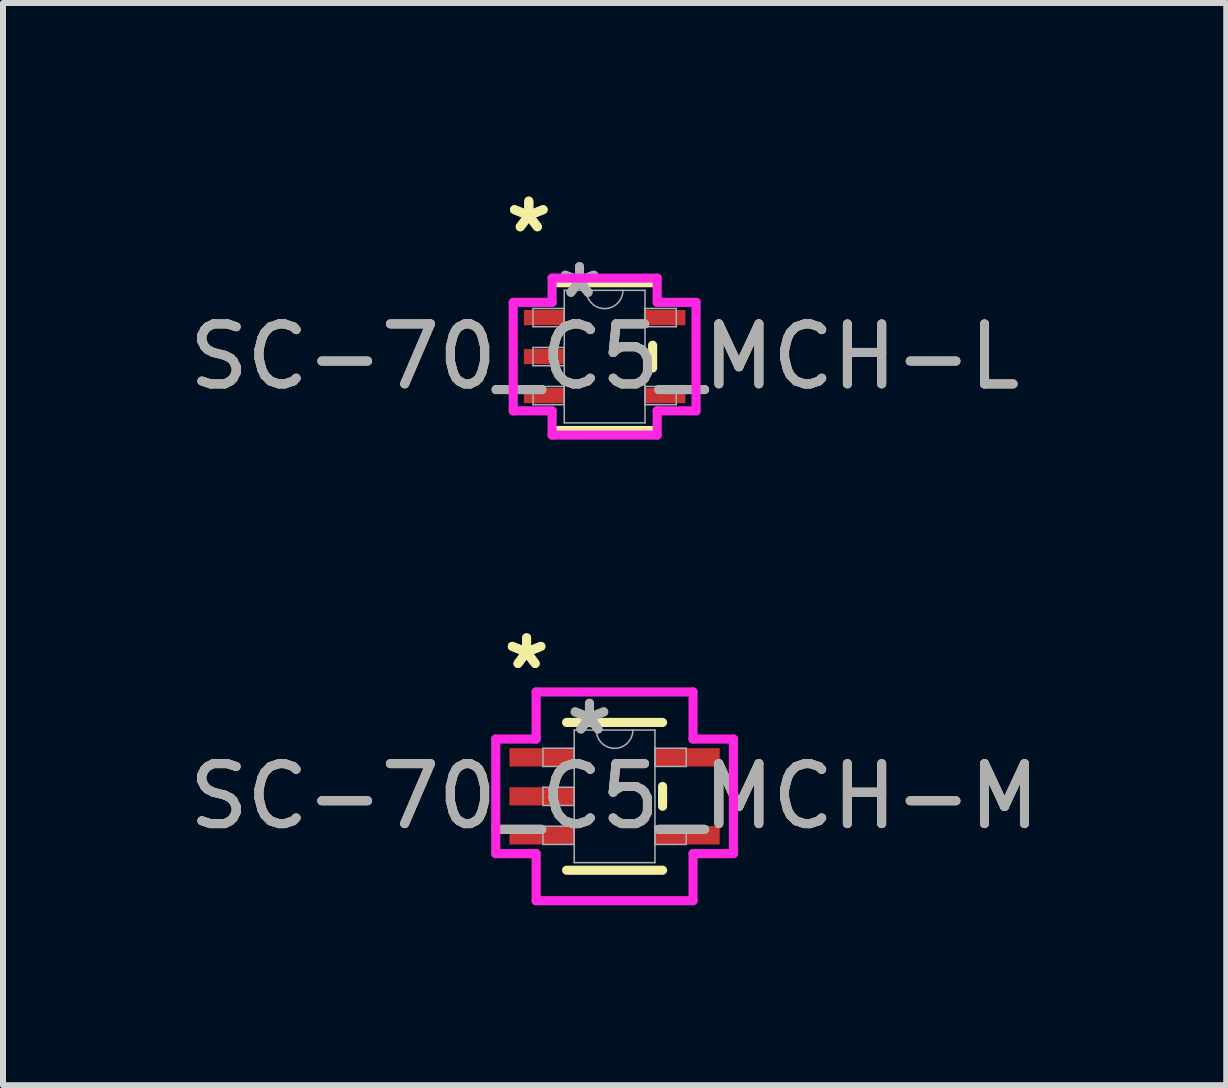
<source format=kicad_pcb>
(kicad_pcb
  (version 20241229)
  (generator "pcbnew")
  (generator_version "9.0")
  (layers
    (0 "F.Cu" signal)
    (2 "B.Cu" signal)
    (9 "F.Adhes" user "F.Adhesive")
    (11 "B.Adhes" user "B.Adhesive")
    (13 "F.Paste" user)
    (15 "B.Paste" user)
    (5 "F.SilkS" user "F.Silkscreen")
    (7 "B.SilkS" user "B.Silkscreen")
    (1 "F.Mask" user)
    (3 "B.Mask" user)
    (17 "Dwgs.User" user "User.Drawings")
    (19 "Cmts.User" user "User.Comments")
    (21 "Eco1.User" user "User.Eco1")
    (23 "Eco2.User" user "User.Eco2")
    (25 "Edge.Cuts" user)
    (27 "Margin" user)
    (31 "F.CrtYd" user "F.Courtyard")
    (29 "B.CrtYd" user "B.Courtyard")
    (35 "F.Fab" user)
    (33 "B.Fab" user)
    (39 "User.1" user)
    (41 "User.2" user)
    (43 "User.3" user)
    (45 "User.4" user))
  (footprint "SC-70_C5_MCH-L"
    (layer "F.Cu")
    (at 7.03 2.895)
    (property "Reference" "SC-70_C5_MCH-L" (at 0 0 0) (unlocked yes) (layer "F.SilkS") (effects (font (size 1 1) (thickness 0.15))))
    (attr smd)
    (fp_line (start -0.8 1.232) (end 0.8 1.232) (stroke (width 0.152) (type solid)) (layer "F.SilkS"))
    (fp_line (start 0.8 -1.232) (end -0.8 -1.232) (stroke (width 0.152) (type solid)) (layer "F.SilkS"))
    (fp_line (start 0.8 0.19) (end 0.8 -0.19) (stroke (width 0.152) (type solid)) (layer "F.SilkS"))
    (fp_line (start -1.524 -0.904) (end -0.876 -0.904) (stroke (width 0.152) (type solid)) (layer "F.CrtYd"))
    (fp_line (start -1.524 0.904) (end -1.524 -0.904) (stroke (width 0.152) (type solid)) (layer "F.CrtYd"))
    (fp_line (start -0.876 -1.308) (end 0.876 -1.308) (stroke (width 0.152) (type solid)) (layer "F.CrtYd"))
    (fp_line (start -0.876 -0.904) (end -0.876 -1.308) (stroke (width 0.152) (type solid)) (layer "F.CrtYd"))
    (fp_line (start -0.876 0.904) (end -1.524 0.904) (stroke (width 0.152) (type solid)) (layer "F.CrtYd"))
    (fp_line (start -0.876 1.308) (end -0.876 0.904) (stroke (width 0.152) (type solid)) (layer "F.CrtYd"))
    (fp_line (start 0.876 -1.308) (end 0.876 -0.904) (stroke (width 0.152) (type solid)) (layer "F.CrtYd"))
    (fp_line (start 0.876 -0.904) (end 1.524 -0.904) (stroke (width 0.152) (type solid)) (layer "F.CrtYd"))
    (fp_line (start 0.876 0.904) (end 0.876 1.308) (stroke (width 0.152) (type solid)) (layer "F.CrtYd"))
    (fp_line (start 0.876 1.308) (end -0.876 1.308) (stroke (width 0.152) (type solid)) (layer "F.CrtYd"))
    (fp_line (start 1.524 -0.904) (end 1.524 0.904) (stroke (width 0.152) (type solid)) (layer "F.CrtYd"))
    (fp_line (start 1.524 0.904) (end 0.876 0.904) (stroke (width 0.152) (type solid)) (layer "F.CrtYd"))
    (fp_line (start -1.194 -0.802) (end -1.194 -0.498) (stroke (width 0.025) (type solid)) (layer "F.Fab"))
    (fp_line (start -1.194 -0.498) (end -0.673 -0.498) (stroke (width 0.025) (type solid)) (layer "F.Fab"))
    (fp_line (start -1.194 -0.152) (end -1.194 0.152) (stroke (width 0.025) (type solid)) (layer "F.Fab"))
    (fp_line (start -1.194 0.152) (end -0.673 0.152) (stroke (width 0.025) (type solid)) (layer "F.Fab"))
    (fp_line (start -1.194 0.498) (end -1.194 0.802) (stroke (width 0.025) (type solid)) (layer "F.Fab"))
    (fp_line (start -1.194 0.802) (end -0.673 0.802) (stroke (width 0.025) (type solid)) (layer "F.Fab"))
    (fp_line (start -0.673 -1.105) (end -0.673 1.105) (stroke (width 0.025) (type solid)) (layer "F.Fab"))
    (fp_line (start -0.673 -0.802) (end -1.194 -0.802) (stroke (width 0.025) (type solid)) (layer "F.Fab"))
    (fp_line (start -0.673 -0.498) (end -0.673 -0.802) (stroke (width 0.025) (type solid)) (layer "F.Fab"))
    (fp_line (start -0.673 -0.152) (end -1.194 -0.152) (stroke (width 0.025) (type solid)) (layer "F.Fab"))
    (fp_line (start -0.673 0.152) (end -0.673 -0.152) (stroke (width 0.025) (type solid)) (layer "F.Fab"))
    (fp_line (start -0.673 0.498) (end -1.194 0.498) (stroke (width 0.025) (type solid)) (layer "F.Fab"))
    (fp_line (start -0.673 0.802) (end -0.673 0.498) (stroke (width 0.025) (type solid)) (layer "F.Fab"))
    (fp_line (start -0.673 1.105) (end 0.673 1.105) (stroke (width 0.025) (type solid)) (layer "F.Fab"))
    (fp_line (start 0.673 -1.105) (end -0.673 -1.105) (stroke (width 0.025) (type solid)) (layer "F.Fab"))
    (fp_line (start 0.673 -0.802) (end 0.673 -0.498) (stroke (width 0.025) (type solid)) (layer "F.Fab"))
    (fp_line (start 0.673 -0.498) (end 1.194 -0.498) (stroke (width 0.025) (type solid)) (layer "F.Fab"))
    (fp_line (start 0.673 0.498) (end 0.673 0.802) (stroke (width 0.025) (type solid)) (layer "F.Fab"))
    (fp_line (start 0.673 0.802) (end 1.194 0.802) (stroke (width 0.025) (type solid)) (layer "F.Fab"))
    (fp_line (start 0.673 1.105) (end 0.673 -1.105) (stroke (width 0.025) (type solid)) (layer "F.Fab"))
    (fp_line (start 1.194 -0.802) (end 0.673 -0.802) (stroke (width 0.025) (type solid)) (layer "F.Fab"))
    (fp_line (start 1.194 -0.498) (end 1.194 -0.802) (stroke (width 0.025) (type solid)) (layer "F.Fab"))
    (fp_line (start 1.194 0.498) (end 0.673 0.498) (stroke (width 0.025) (type solid)) (layer "F.Fab"))
    (fp_line (start 1.194 0.802) (end 1.194 0.498) (stroke (width 0.025) (type solid)) (layer "F.Fab"))
    (fp_arc (start 0.3048 -1.1049) (mid 0 -0.8001) (end -0.3048 -1.1049) (stroke (width 0.0254) (type solid)) (layer "F.Fab"))
    (fp_text user "*" (at -1.264 -2.047 0) (layer "F.SilkS") (effects (font (size 1 1) (thickness 0.15))))
    (fp_text user "*" (at -1.264 -2.047 0) (unlocked yes) (layer "F.SilkS") (effects (font (size 1 1) (thickness 0.15))))
    (fp_text user "*" (at -0.419 -0.955 0) (unlocked yes) (layer "F.Fab") (effects (font (size 1 1) (thickness 0.15))))
    (fp_text user "*" (at -0.419 -0.955 0) (layer "F.Fab") (effects (font (size 1 1) (thickness 0.15))))
    (fp_text user "${REFERENCE}" (at 0 0 0) (unlocked yes) (layer "F.Fab") (effects (font (size 1 1) (thickness 0.15))))
    (pad "1" smd rect (at -1.01 -0.65) (size 0.673 0.254) (layers "F.Cu" "F.Mask" "F.Paste"))
    (pad "2" smd rect (at -1.01 0) (size 0.673 0.254) (layers "F.Cu" "F.Mask" "F.Paste"))
    (pad "3" smd rect (at -1.01 0.65) (size 0.673 0.254) (layers "F.Cu" "F.Mask" "F.Paste"))
    (pad "4" smd rect (at 1.01 0.65) (size 0.673 0.254) (layers "F.Cu" "F.Mask" "F.Paste"))
    (pad "5" smd rect (at 1.01 -0.65) (size 0.673 0.254) (layers "F.Cu" "F.Mask" "F.Paste")))
  (footprint "SC-70_C5_MCH-M"
    (layer "F.Cu")
    (at 7.196 10.226)
    (property "Reference" "SC-70_C5_MCH-M" (at 0 0 0) (unlocked yes) (layer "F.SilkS") (effects (font (size 1 1) (thickness 0.15))))
    (attr smd)
    (fp_line (start -0.8 1.232) (end 0.8 1.232) (stroke (width 0.152) (type solid)) (layer "F.SilkS"))
    (fp_line (start 0.8 -1.232) (end -0.8 -1.232) (stroke (width 0.152) (type solid)) (layer "F.SilkS"))
    (fp_line (start 0.8 0.165) (end 0.8 -0.165) (stroke (width 0.152) (type solid)) (layer "F.SilkS"))
    (fp_line (start -1.981 -0.955) (end -1.308 -0.955) (stroke (width 0.152) (type solid)) (layer "F.CrtYd"))
    (fp_line (start -1.981 0.955) (end -1.981 -0.955) (stroke (width 0.152) (type solid)) (layer "F.CrtYd"))
    (fp_line (start -1.308 -1.74) (end 1.308 -1.74) (stroke (width 0.152) (type solid)) (layer "F.CrtYd"))
    (fp_line (start -1.308 -0.955) (end -1.308 -1.74) (stroke (width 0.152) (type solid)) (layer "F.CrtYd"))
    (fp_line (start -1.308 0.955) (end -1.981 0.955) (stroke (width 0.152) (type solid)) (layer "F.CrtYd"))
    (fp_line (start -1.308 1.74) (end -1.308 0.955) (stroke (width 0.152) (type solid)) (layer "F.CrtYd"))
    (fp_line (start 1.308 -1.74) (end 1.308 -0.955) (stroke (width 0.152) (type solid)) (layer "F.CrtYd"))
    (fp_line (start 1.308 -0.955) (end 1.981 -0.955) (stroke (width 0.152) (type solid)) (layer "F.CrtYd"))
    (fp_line (start 1.308 0.955) (end 1.308 1.74) (stroke (width 0.152) (type solid)) (layer "F.CrtYd"))
    (fp_line (start 1.308 1.74) (end -1.308 1.74) (stroke (width 0.152) (type solid)) (layer "F.CrtYd"))
    (fp_line (start 1.981 -0.955) (end 1.981 0.955) (stroke (width 0.152) (type solid)) (layer "F.CrtYd"))
    (fp_line (start 1.981 0.955) (end 1.308 0.955) (stroke (width 0.152) (type solid)) (layer "F.CrtYd"))
    (fp_line (start -1.194 -0.802) (end -1.194 -0.498) (stroke (width 0.025) (type solid)) (layer "F.Fab"))
    (fp_line (start -1.194 -0.498) (end -0.673 -0.498) (stroke (width 0.025) (type solid)) (layer "F.Fab"))
    (fp_line (start -1.194 -0.152) (end -1.194 0.152) (stroke (width 0.025) (type solid)) (layer "F.Fab"))
    (fp_line (start -1.194 0.152) (end -0.673 0.152) (stroke (width 0.025) (type solid)) (layer "F.Fab"))
    (fp_line (start -1.194 0.498) (end -1.194 0.802) (stroke (width 0.025) (type solid)) (layer "F.Fab"))
    (fp_line (start -1.194 0.802) (end -0.673 0.802) (stroke (width 0.025) (type solid)) (layer "F.Fab"))
    (fp_line (start -0.673 -1.105) (end -0.673 1.105) (stroke (width 0.025) (type solid)) (layer "F.Fab"))
    (fp_line (start -0.673 -0.802) (end -1.194 -0.802) (stroke (width 0.025) (type solid)) (layer "F.Fab"))
    (fp_line (start -0.673 -0.498) (end -0.673 -0.802) (stroke (width 0.025) (type solid)) (layer "F.Fab"))
    (fp_line (start -0.673 -0.152) (end -1.194 -0.152) (stroke (width 0.025) (type solid)) (layer "F.Fab"))
    (fp_line (start -0.673 0.152) (end -0.673 -0.152) (stroke (width 0.025) (type solid)) (layer "F.Fab"))
    (fp_line (start -0.673 0.498) (end -1.194 0.498) (stroke (width 0.025) (type solid)) (layer "F.Fab"))
    (fp_line (start -0.673 0.802) (end -0.673 0.498) (stroke (width 0.025) (type solid)) (layer "F.Fab"))
    (fp_line (start -0.673 1.105) (end 0.673 1.105) (stroke (width 0.025) (type solid)) (layer "F.Fab"))
    (fp_line (start 0.673 -1.105) (end -0.673 -1.105) (stroke (width 0.025) (type solid)) (layer "F.Fab"))
    (fp_line (start 0.673 -0.802) (end 0.673 -0.498) (stroke (width 0.025) (type solid)) (layer "F.Fab"))
    (fp_line (start 0.673 -0.498) (end 1.194 -0.498) (stroke (width 0.025) (type solid)) (layer "F.Fab"))
    (fp_line (start 0.673 0.498) (end 0.673 0.802) (stroke (width 0.025) (type solid)) (layer "F.Fab"))
    (fp_line (start 0.673 0.802) (end 1.194 0.802) (stroke (width 0.025) (type solid)) (layer "F.Fab"))
    (fp_line (start 0.673 1.105) (end 0.673 -1.105) (stroke (width 0.025) (type solid)) (layer "F.Fab"))
    (fp_line (start 1.194 -0.802) (end 0.673 -0.802) (stroke (width 0.025) (type solid)) (layer "F.Fab"))
    (fp_line (start 1.194 -0.498) (end 1.194 -0.802) (stroke (width 0.025) (type solid)) (layer "F.Fab"))
    (fp_line (start 1.194 0.498) (end 0.673 0.498) (stroke (width 0.025) (type solid)) (layer "F.Fab"))
    (fp_line (start 1.194 0.802) (end 1.194 0.498) (stroke (width 0.025) (type solid)) (layer "F.Fab"))
    (fp_arc (start 0.3048 -1.1049) (mid 0 -0.8001) (end -0.3048 -1.1049) (stroke (width 0.0254) (type solid)) (layer "F.Fab"))
    (fp_text user "*" (at -1.467 -2.098 0) (unlocked yes) (layer "F.SilkS") (effects (font (size 1 1) (thickness 0.15))))
    (fp_text user "*" (at -1.467 -2.098 0) (layer "F.SilkS") (effects (font (size 1 1) (thickness 0.15))))
    (fp_text user "*" (at -0.419 -1.006 0) (layer "F.Fab") (effects (font (size 1 1) (thickness 0.15))))
    (fp_text user "${REFERENCE}" (at 0 0 0) (unlocked yes) (layer "F.Fab") (effects (font (size 1 1) (thickness 0.15))))
    (fp_text user "*" (at -0.419 -1.006 0) (unlocked yes) (layer "F.Fab") (effects (font (size 1 1) (thickness 0.15))))
    (pad "1" smd rect (at -1.213 -0.65) (size 1.079 0.305) (layers "F.Cu" "F.Mask" "F.Paste"))
    (pad "2" smd rect (at -1.213 0) (size 1.079 0.305) (layers "F.Cu" "F.Mask" "F.Paste"))
    (pad "3" smd rect (at -1.213 0.65) (size 1.079 0.305) (layers "F.Cu" "F.Mask" "F.Paste"))
    (pad "4" smd rect (at 1.213 0.65) (size 1.079 0.305) (layers "F.Cu" "F.Mask" "F.Paste"))
    (pad "5" smd rect (at 1.213 -0.65) (size 1.079 0.305) (layers "F.Cu" "F.Mask" "F.Paste")))
  (gr_rect
    (start -3 -3)
    (end 17.393 15.042)
    (stroke (width 0.1) (type default))
    (fill no)
    (layer "Edge.Cuts")))
</source>
